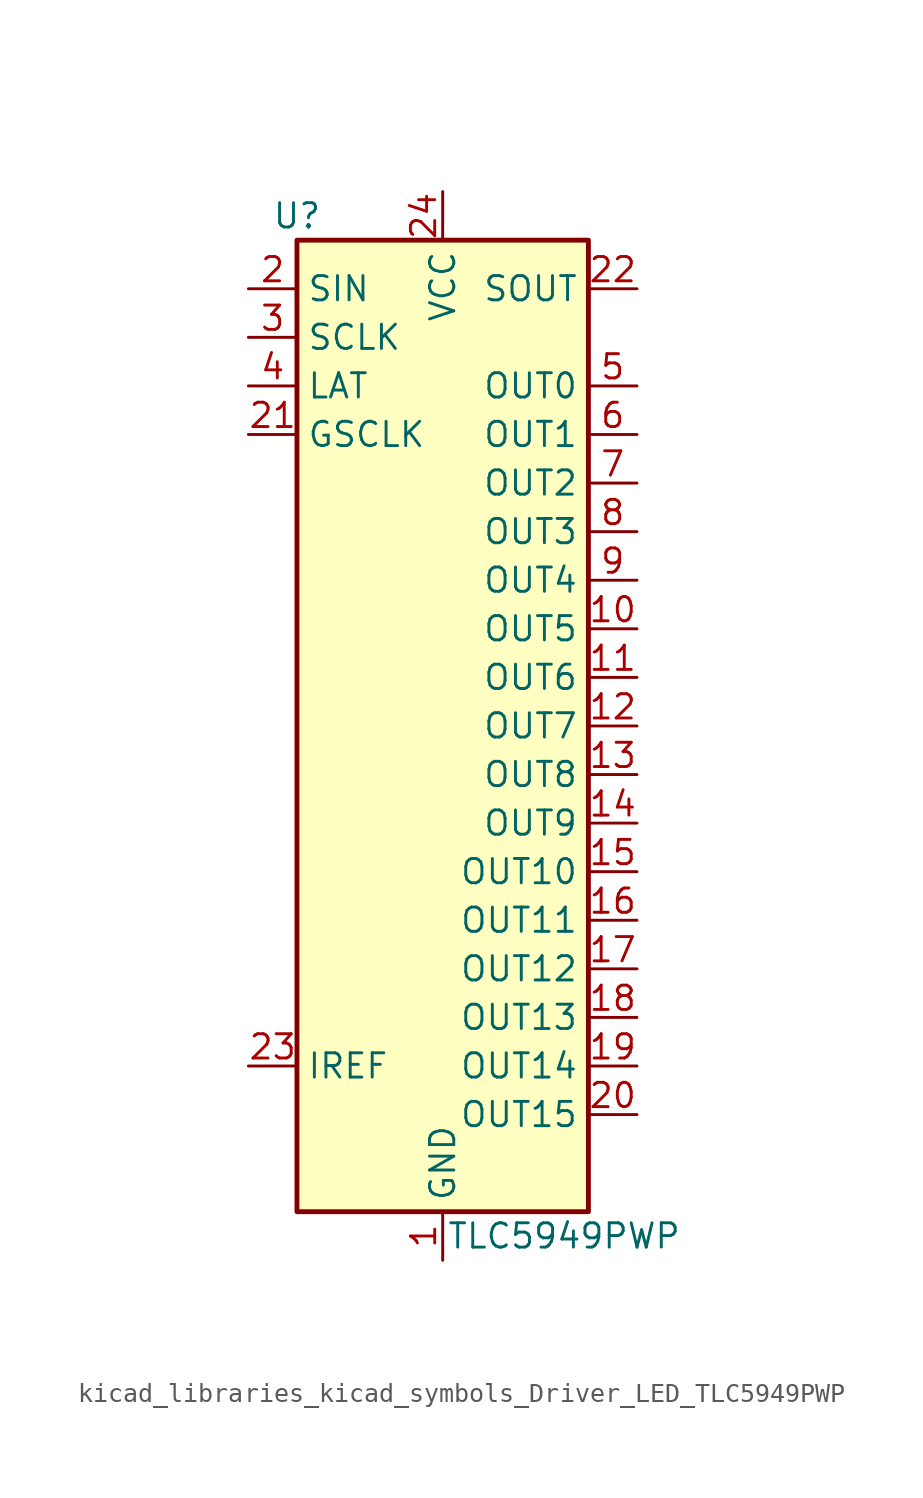
<source format=kicad_sym>
(kicad_symbol_lib
  (version 20220914)
  (generator kicad_symbol_editor)
  (symbol "kicad_libraries_kicad_symbols_Driver_LED_TLC5949PWP"
    (property "Reference" "U"
      (at -7.62 26.67 0)
      (effects (font (size 1.27 1.27))))
    (property "Value" "TLC5949PWP"
      (at 6.35 -26.67 0)
      (effects (font (size 1.27 1.27))))
    (symbol "kicad_libraries_kicad_symbols_Driver_LED_TLC5949PWP_0_1"
      (rectangle (start -7.62 25.4) (end 7.62 -25.4) (stroke (width 0.254) (type default)) (fill (type background))))
    (symbol "kicad_libraries_kicad_symbols_Driver_LED_TLC5949PWP_1_1"
      (pin power_in line (at 0 -27.94 90) (length 2.54) (name "GND" (effects (font (size 1.27 1.27)))) (number "1" (effects (font (size 1.27 1.27)))))
      (pin open_collector line (at 10.16 5.08 180) (length 2.54) (name "OUT5" (effects (font (size 1.27 1.27)))) (number "10" (effects (font (size 1.27 1.27)))))
      (pin open_collector line (at 10.16 2.54 180) (length 2.54) (name "OUT6" (effects (font (size 1.27 1.27)))) (number "11" (effects (font (size 1.27 1.27)))))
      (pin open_collector line (at 10.16 0 180) (length 2.54) (name "OUT7" (effects (font (size 1.27 1.27)))) (number "12" (effects (font (size 1.27 1.27)))))
      (pin open_collector line (at 10.16 -2.54 180) (length 2.54) (name "OUT8" (effects (font (size 1.27 1.27)))) (number "13" (effects (font (size 1.27 1.27)))))
      (pin open_collector line (at 10.16 -5.08 180) (length 2.54) (name "OUT9" (effects (font (size 1.27 1.27)))) (number "14" (effects (font (size 1.27 1.27)))))
      (pin open_collector line (at 10.16 -7.62 180) (length 2.54) (name "OUT10" (effects (font (size 1.27 1.27)))) (number "15" (effects (font (size 1.27 1.27)))))
      (pin open_collector line (at 10.16 -10.16 180) (length 2.54) (name "OUT11" (effects (font (size 1.27 1.27)))) (number "16" (effects (font (size 1.27 1.27)))))
      (pin open_collector line (at 10.16 -12.7 180) (length 2.54) (name "OUT12" (effects (font (size 1.27 1.27)))) (number "17" (effects (font (size 1.27 1.27)))))
      (pin open_collector line (at 10.16 -15.24 180) (length 2.54) (name "OUT13" (effects (font (size 1.27 1.27)))) (number "18" (effects (font (size 1.27 1.27)))))
      (pin open_collector line (at 10.16 -17.78 180) (length 2.54) (name "OUT14" (effects (font (size 1.27 1.27)))) (number "19" (effects (font (size 1.27 1.27)))))
      (pin input line (at -10.16 22.86 0) (length 2.54) (name "SIN" (effects (font (size 1.27 1.27)))) (number "2" (effects (font (size 1.27 1.27)))))
      (pin open_collector line (at 10.16 -20.32 180) (length 2.54) (name "OUT15" (effects (font (size 1.27 1.27)))) (number "20" (effects (font (size 1.27 1.27)))))
      (pin input line (at -10.16 15.24 0) (length 2.54) (name "GSCLK" (effects (font (size 1.27 1.27)))) (number "21" (effects (font (size 1.27 1.27)))))
      (pin output line (at 10.16 22.86 180) (length 2.54) (name "SOUT" (effects (font (size 1.27 1.27)))) (number "22" (effects (font (size 1.27 1.27)))))
      (pin input line (at -10.16 -17.78 0) (length 2.54) (name "IREF" (effects (font (size 1.27 1.27)))) (number "23" (effects (font (size 1.27 1.27)))))
      (pin power_in line (at 0 27.94 270) (length 2.54) (name "VCC" (effects (font (size 1.27 1.27)))) (number "24" (effects (font (size 1.27 1.27)))))
      (pin passive line (at 0 -27.94 90) (length 2.54) hide (name "GND" (effects (font (size 1.27 1.27)))) (number "25" (effects (font (size 1.27 1.27)))))
      (pin input line (at -10.16 20.32 0) (length 2.54) (name "SCLK" (effects (font (size 1.27 1.27)))) (number "3" (effects (font (size 1.27 1.27)))))
      (pin input line (at -10.16 17.78 0) (length 2.54) (name "LAT" (effects (font (size 1.27 1.27)))) (number "4" (effects (font (size 1.27 1.27)))))
      (pin open_collector line (at 10.16 17.78 180) (length 2.54) (name "OUT0" (effects (font (size 1.27 1.27)))) (number "5" (effects (font (size 1.27 1.27)))))
      (pin open_collector line (at 10.16 15.24 180) (length 2.54) (name "OUT1" (effects (font (size 1.27 1.27)))) (number "6" (effects (font (size 1.27 1.27)))))
      (pin open_collector line (at 10.16 12.7 180) (length 2.54) (name "OUT2" (effects (font (size 1.27 1.27)))) (number "7" (effects (font (size 1.27 1.27)))))
      (pin open_collector line (at 10.16 10.16 180) (length 2.54) (name "OUT3" (effects (font (size 1.27 1.27)))) (number "8" (effects (font (size 1.27 1.27)))))
      (pin open_collector line (at 10.16 7.62 180) (length 2.54) (name "OUT4" (effects (font (size 1.27 1.27)))) (number "9" (effects (font (size 1.27 1.27))))))))
</source>
